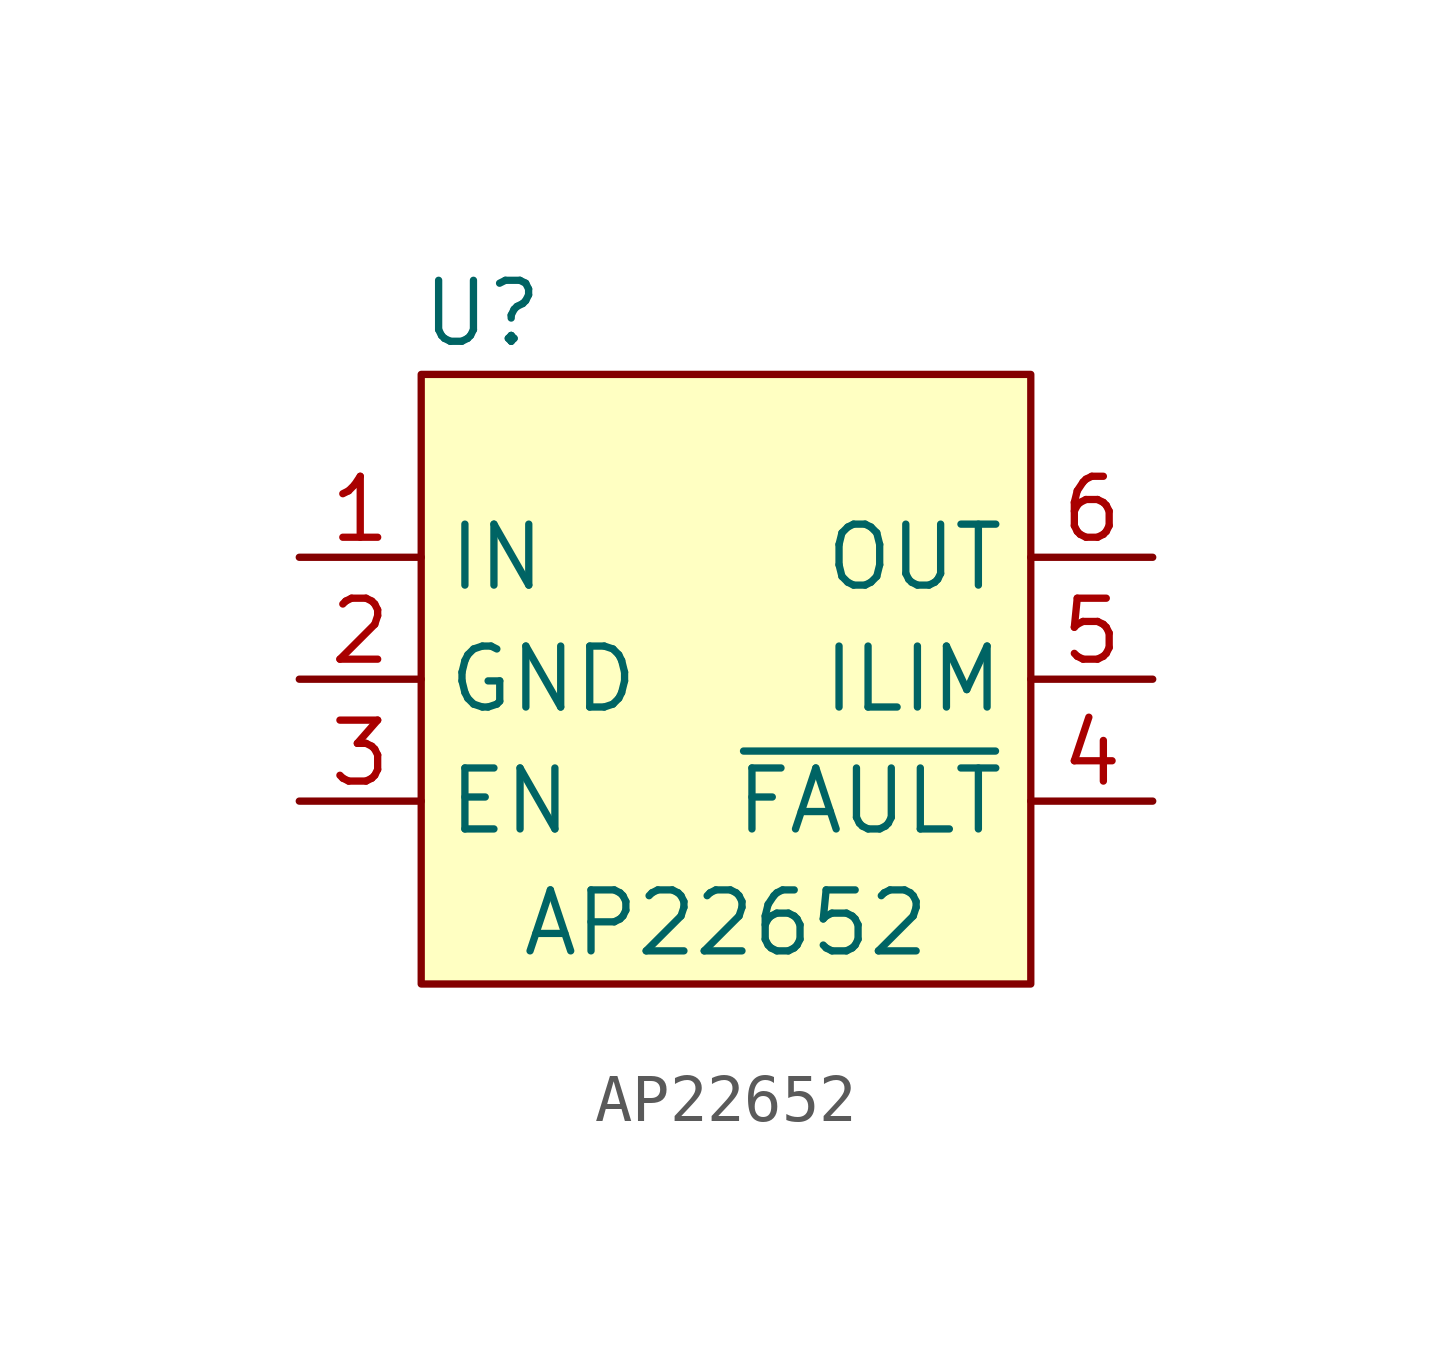
<source format=kicad_sym>
(kicad_symbol_lib
  (version 20211014)
  (generator kicad_symbol_editor)
  (symbol "AP22652"
    (property "Reference" "U"
      (at -5.08 7.62 0)
      (effects (font (size 1.27 1.27))))
    (property "Value" "AP22652"
      (at 0 -5.08 0)
      (effects (font (size 1.27 1.27))))
    (symbol "AP22652_0_1"
      (rectangle (start -6.35 6.35) (end 6.35 -6.35) (stroke (width 0.152) (type default) (color 0 0 0 0)) (fill (type background))))
    (symbol "AP22652_1_1"
      (pin power_in line (at -8.89 2.54 0) (length 2.54) (name "IN" (effects (font (size 1.27 1.27)))) (number "1" (effects (font (size 1.27 1.27)))))
      (pin power_out line (at -8.89 0 0) (length 2.54) (name "GND" (effects (font (size 1.27 1.27)))) (number "2" (effects (font (size 1.27 1.27)))))
      (pin input line (at -8.89 -2.54 0) (length 2.54) (name "EN" (effects (font (size 1.27 1.27)))) (number "3" (effects (font (size 1.27 1.27)))))
      (pin output line (at 8.89 -2.54 180) (length 2.54) (name "~{FAULT}" (effects (font (size 1.27 1.27)))) (number "4" (effects (font (size 1.27 1.27)))))
      (pin open_emitter line (at 8.89 0 180) (length 2.54) (name "ILIM" (effects (font (size 1.27 1.27)))) (number "5" (effects (font (size 1.27 1.27)))))
      (pin power_out line (at 8.89 2.54 180) (length 2.54) (name "OUT" (effects (font (size 1.27 1.27)))) (number "6" (effects (font (size 1.27 1.27))))))))
</source>
